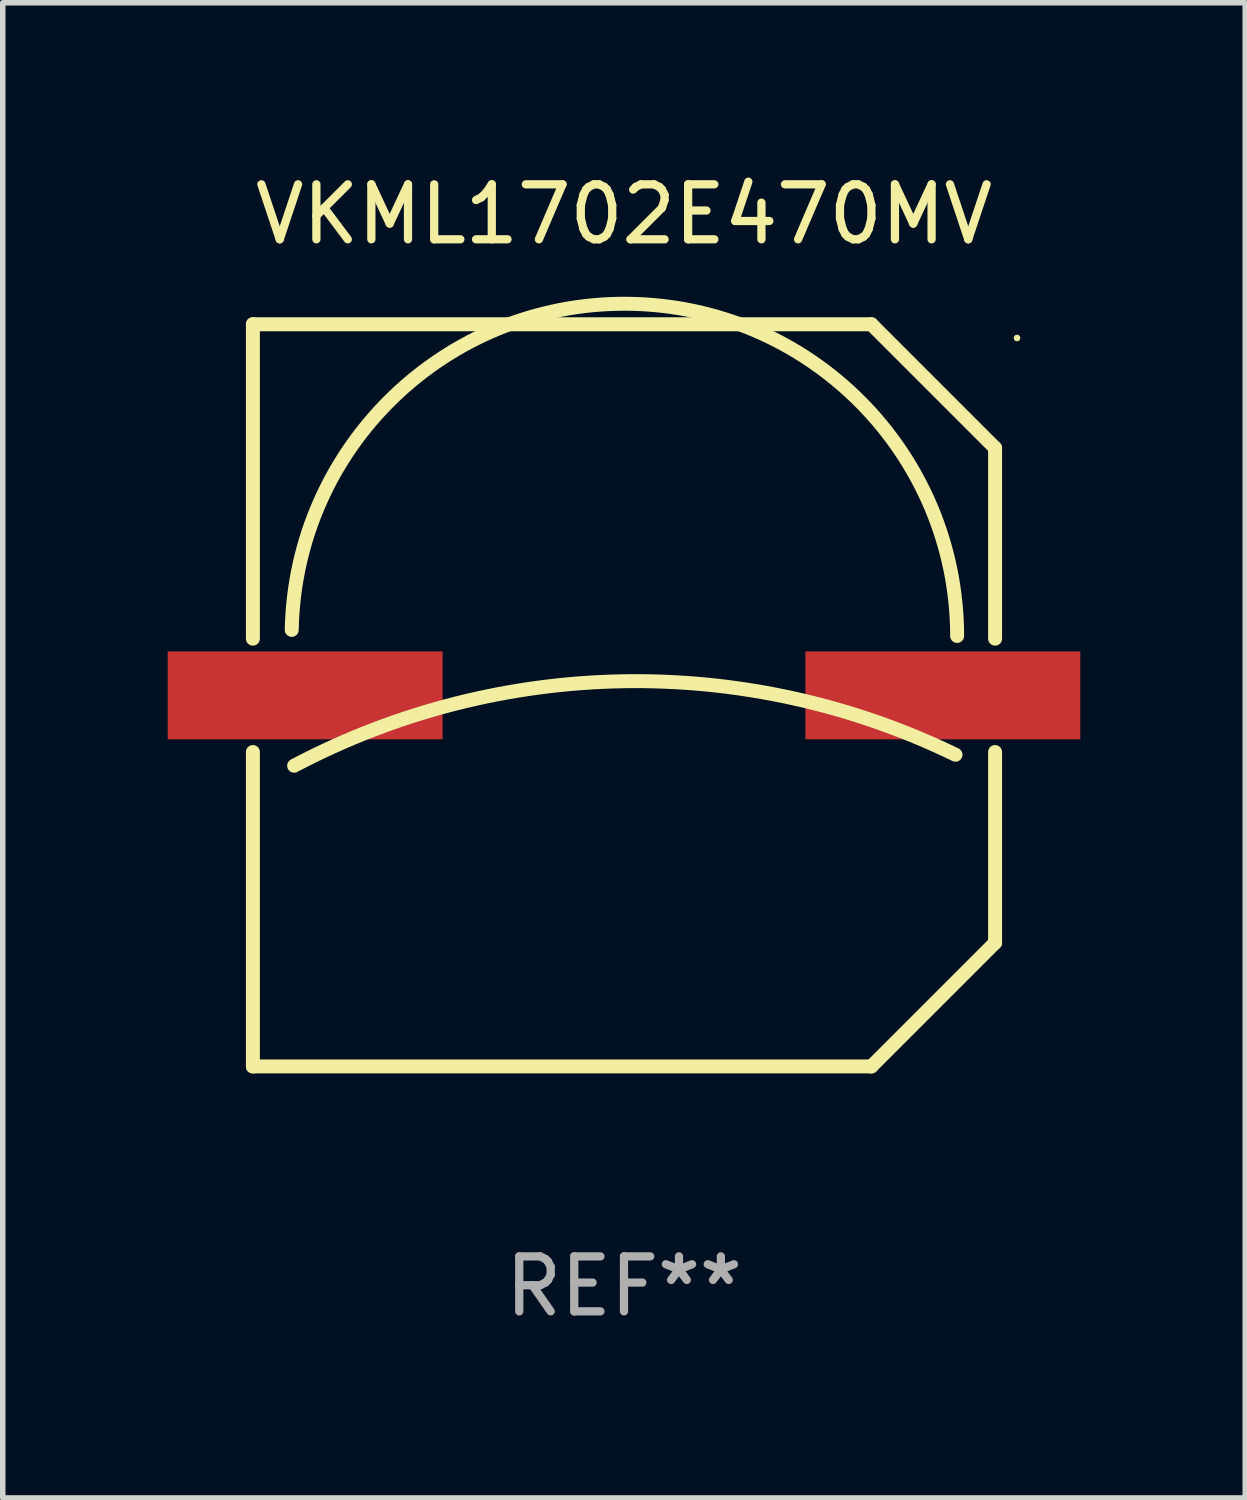
<source format=kicad_pcb>
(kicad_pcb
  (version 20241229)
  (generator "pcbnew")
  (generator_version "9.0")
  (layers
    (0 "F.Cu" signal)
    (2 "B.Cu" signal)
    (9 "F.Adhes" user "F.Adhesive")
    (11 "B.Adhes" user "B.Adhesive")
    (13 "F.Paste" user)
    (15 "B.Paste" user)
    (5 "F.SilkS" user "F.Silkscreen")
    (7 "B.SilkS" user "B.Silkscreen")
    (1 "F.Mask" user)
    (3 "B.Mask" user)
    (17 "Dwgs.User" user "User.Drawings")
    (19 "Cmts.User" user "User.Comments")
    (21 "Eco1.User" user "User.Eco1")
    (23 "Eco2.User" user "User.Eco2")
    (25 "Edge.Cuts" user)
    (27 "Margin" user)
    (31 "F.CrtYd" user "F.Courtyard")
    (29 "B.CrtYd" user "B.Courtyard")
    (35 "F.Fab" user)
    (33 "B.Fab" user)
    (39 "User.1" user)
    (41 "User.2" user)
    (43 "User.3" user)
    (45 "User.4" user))
  (footprint "VKML1702E470MV"
    (layer "F.Cu")
    (at 8.3 9.598)
    (property "Reference" "VKML1702E470MV" (at 0 -8.75 0) (layer "F.SilkS") (effects (font (size 1 1) (thickness 0.15))))
    (attr through_hole)
    (fp_line (start -6.75 -6.75) (end 4.5 -6.75) (stroke (width 0.254) (type solid)) (layer "F.SilkS"))
    (fp_line (start -6.75 -1.031) (end -6.75 -6.75) (stroke (width 0.254) (type solid)) (layer "F.SilkS"))
    (fp_line (start -6.75 6.75) (end -6.75 1.031) (stroke (width 0.254) (type solid)) (layer "F.SilkS"))
    (fp_line (start -6.75 6.75) (end 4.5 6.75) (stroke (width 0.254) (type solid)) (layer "F.SilkS"))
    (fp_line (start 4.5 6.75) (end 6.75 4.5) (stroke (width 0.254) (type solid)) (layer "F.SilkS"))
    (fp_line (start 6.75 -4.5) (end 4.5 -6.75) (stroke (width 0.254) (type solid)) (layer "F.SilkS"))
    (fp_line (start 6.75 -1.031) (end 6.75 -4.5) (stroke (width 0.254) (type solid)) (layer "F.SilkS"))
    (fp_line (start 6.75 4.5) (end 6.75 1.031) (stroke (width 0.254) (type solid)) (layer "F.SilkS"))
    (fp_arc (start -6.043638 -1.190577) (mid 0.06288 -7.123351) (end 6.059995 -1.08001) (stroke (width 0.254001) (type solid)) (layer "F.SilkS"))
    (fp_arc (start -6 1.28001) (mid -0.008883 -0.256469) (end 6.029998 1.08001) (stroke (width 0.254001) (type solid)) (layer "F.SilkS"))
    (fp_circle (center 7.149 -6.5) (end 7.179 -6.5) (stroke (width 0.06) (type solid)) (fill no) (layer "F.SilkS"))
    (fp_text user "REF**" (at 0 10.75 0) (layer "F.Fab") (effects (font (size 1 1) (thickness 0.15))))
    (pad "1" smd rect (at 5.8 0) (size 5 1.6) (layers "F.Cu" "F.Mask" "F.Paste"))
    (pad "2" smd rect (at -5.8 0) (size 5 1.6) (layers "F.Cu" "F.Mask" "F.Paste")))
  (gr_rect
    (start -3 -3)
    (end 19.6 24.197)
    (stroke (width 0.1) (type default))
    (fill no)
    (layer "Edge.Cuts")))
</source>
